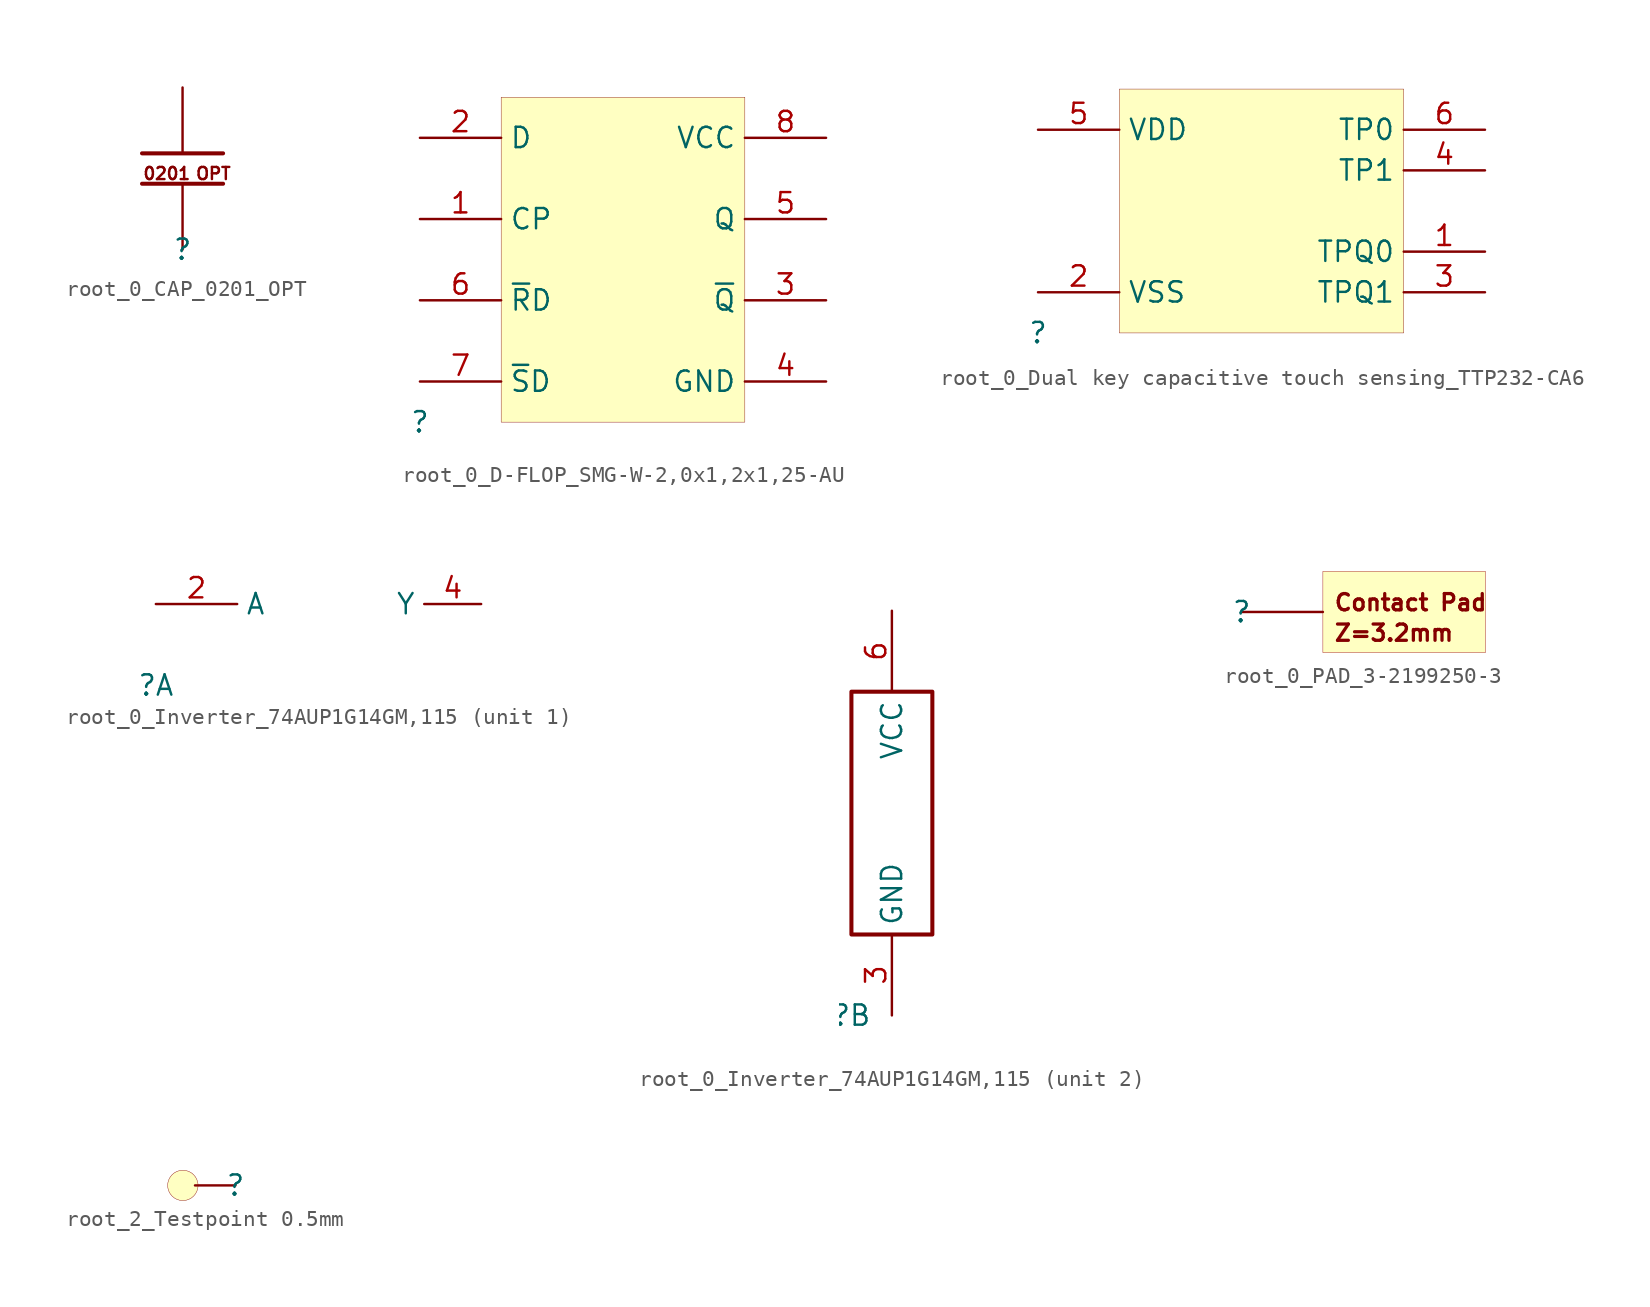
<source format=kicad_sym>
(kicad_symbol_lib
  (version 20231120)
  (generator "kicad_symbol_editor")
  (generator_version "8.0")
  (symbol "root_0_CAP_0201_OPT"
    (property "Reference" ""
      (at 0 0 0)
      (effects (font (size 1.27 1.27))))
    (property "Value" ""
      (at 0 0 0)
      (effects (font (size 1.27 1.27))))
    (symbol "root_0_CAP_0201_OPT_1_0"
      (polyline (pts (xy -2.54 4.128) (xy 2.54 4.128)) (stroke (width 0.254) (type solid)) (fill (type none)))
      (polyline (pts (xy -2.54 6.033) (xy 2.54 6.033)) (stroke (width 0.254) (type solid)) (fill (type none)))
      (text "0201" (at -2.54 4.318 0) (effects (font (size 0.762 0.762)) (justify left bottom)))
      (text "OPT" (at 0.762 4.318 0) (effects (font (size 0.762 0.762)) (justify left bottom)))
      (pin passive line (at 0 10.16 270) (length 4.064) (name "1" (effects (font (size 0 0)))) (number "1" (effects (font (size 0 0)))))
      (pin passive line (at 0 0 90) (length 4.064) (name "2" (effects (font (size 0 0)))) (number "2" (effects (font (size 0 0)))))))
  (symbol "root_0_D-FLOP_SMG-W-2,0x1,2x1,25-AU"
    (property "Reference" ""
      (at 0 0 0)
      (effects (font (size 1.27 1.27))))
    (property "Value" ""
      (at 0 0 0)
      (effects (font (size 1.27 1.27))))
    (symbol "root_0_D-FLOP_SMG-W-2,0x1,2x1,25-AU_1_0"
      (rectangle (start 20.32 20.32) (end 5.08 0) (stroke (width 0.025) (type solid) (color 128 0 0 1)) (fill (type background)))
      (pin passive line (at 0 12.7 0) (length 5.08) (name "CP" (effects (font (size 1.27 1.27)))) (number "1" (effects (font (size 1.27 1.27)))))
      (pin passive line (at 0 17.78 0) (length 5.08) (name "D" (effects (font (size 1.27 1.27)))) (number "2" (effects (font (size 1.27 1.27)))))
      (pin passive line (at 25.4 7.62 180) (length 5.08) (name "~{Q}" (effects (font (size 1.27 1.27)))) (number "3" (effects (font (size 1.27 1.27)))))
      (pin passive line (at 25.4 2.54 180) (length 5.08) (name "GND" (effects (font (size 1.27 1.27)))) (number "4" (effects (font (size 1.27 1.27)))))
      (pin passive line (at 25.4 12.7 180) (length 5.08) (name "Q" (effects (font (size 1.27 1.27)))) (number "5" (effects (font (size 1.27 1.27)))))
      (pin passive line (at 0 7.62 0) (length 5.08) (name "~{R}D" (effects (font (size 1.27 1.27)))) (number "6" (effects (font (size 1.27 1.27)))))
      (pin passive line (at 0 2.54 0) (length 5.08) (name "~{S}D" (effects (font (size 1.27 1.27)))) (number "7" (effects (font (size 1.27 1.27)))))
      (pin passive line (at 25.4 17.78 180) (length 5.08) (name "VCC" (effects (font (size 1.27 1.27)))) (number "8" (effects (font (size 1.27 1.27)))))))
  (symbol "root_0_Dual key capacitive touch sensing_TTP232-CA6"
    (property "Reference" ""
      (at 0 0 0)
      (effects (font (size 1.27 1.27))))
    (property "Value" ""
      (at 0 0 0)
      (effects (font (size 1.27 1.27))))
    (symbol "root_0_Dual key capacitive touch sensing_TTP232-CA6_1_0"
      (rectangle (start 22.86 15.24) (end 5.08 0) (stroke (width 0.025) (type solid) (color 128 0 0 1)) (fill (type background)))
      (pin output line (at 27.94 5.08 180) (length 5.08) (name "TPQ0" (effects (font (size 1.27 1.27)))) (number "1" (effects (font (size 1.27 1.27)))))
      (pin passive line (at 0 2.54 0) (length 5.08) (name "VSS" (effects (font (size 1.27 1.27)))) (number "2" (effects (font (size 1.27 1.27)))))
      (pin output line (at 27.94 2.54 180) (length 5.08) (name "TPQ1" (effects (font (size 1.27 1.27)))) (number "3" (effects (font (size 1.27 1.27)))))
      (pin passive line (at 27.94 10.16 180) (length 5.08) (name "TP1" (effects (font (size 1.27 1.27)))) (number "4" (effects (font (size 1.27 1.27)))))
      (pin passive line (at 0 12.7 0) (length 5.08) (name "VDD" (effects (font (size 1.27 1.27)))) (number "5" (effects (font (size 1.27 1.27)))))
      (pin passive line (at 27.94 12.7 180) (length 5.08) (name "TP0" (effects (font (size 1.27 1.27)))) (number "6" (effects (font (size 1.27 1.27)))))))
  (symbol "root_0_Inverter_74AUP1G14GM,115"
    (property "Reference" ""
      (at 0 0 0)
      (effects (font (size 1.27 1.27))))
    (property "Value" ""
      (at 0 0 0)
      (effects (font (size 1.27 1.27))))
    (symbol "root_0_Inverter_74AUP1G14GM,115_1_0"
      (pin passive line (at 0 5.08 0) (length 5.08) (name "A" (effects (font (size 1.27 1.27)))) (number "2" (effects (font (size 1.27 1.27)))))
      (pin passive line (at 20.32 5.08 180) (length 3.556) (name "Y" (effects (font (size 1.27 1.27)))) (number "4" (effects (font (size 1.27 1.27))))))
    (symbol "root_0_Inverter_74AUP1G14GM,115_2_0"
      (polyline (pts (xy 0 20.32) (xy 0 5.08) (xy 5.08 5.08) (xy 5.08 20.32) (xy 0 20.32)) (stroke (width 0.254) (type solid)) (fill (type none)))
      (pin passive line (at 2.54 0 90) (length 5.08) (name "GND" (effects (font (size 1.27 1.27)))) (number "3" (effects (font (size 1.27 1.27)))))
      (pin passive line (at 2.54 25.4 270) (length 5.08) (name "VCC" (effects (font (size 1.27 1.27)))) (number "6" (effects (font (size 1.27 1.27)))))))
  (symbol "root_0_PAD_3-2199250-3"
    (property "Reference" ""
      (at 0 0 0)
      (effects (font (size 1.27 1.27))))
    (property "Value" ""
      (at 0 0 0)
      (effects (font (size 1.27 1.27))))
    (symbol "root_0_PAD_3-2199250-3_1_0"
      (rectangle (start 15.24 2.54) (end 5.08 -2.54) (stroke (width 0.025) (type solid) (color 152 0 0 1)) (fill (type background)))
      (text "Contact Pad" (at 5.715 0 0) (effects (font (size 1.016 1.016) (bold yes)) (justify left bottom)))
      (text "Z=3.2mm" (at 5.715 -1.905 0) (effects (font (size 1.016 1.016) (bold yes)) (justify left bottom)))
      (pin passive line (at 0 0 0) (length 5.08) (name "1" (effects (font (size 0 0)))) (number "1" (effects (font (size 0 0)))))))
  (symbol "root_2_Testpoint 0.5mm"
    (property "Reference" ""
      (at 0 0 0)
      (effects (font (size 1.27 1.27))))
    (property "Value" ""
      (at 0 0 0)
      (effects (font (size 1.27 1.27))))
    (symbol "root_2_Testpoint 0.5mm_1_0"
      (circle (center -3.302 0) (radius 0.953) (stroke (width 0.025) (type solid)) (fill (type background)))
      (pin passive line (at 0 0 180) (length 2.54) (name "TP" (effects (font (size 0 0)))) (number "TP" (effects (font (size 0 0))))))))
</source>
